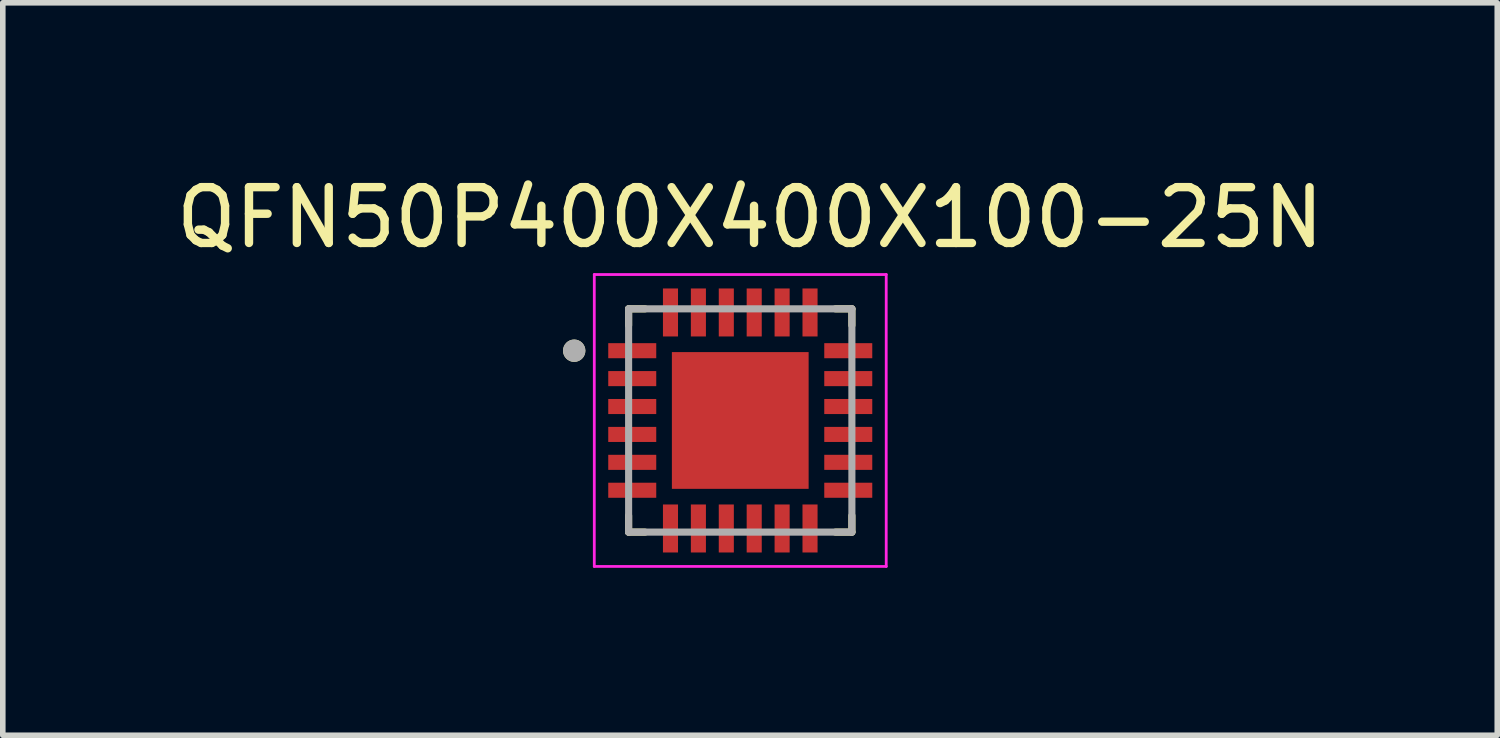
<source format=kicad_pcb>
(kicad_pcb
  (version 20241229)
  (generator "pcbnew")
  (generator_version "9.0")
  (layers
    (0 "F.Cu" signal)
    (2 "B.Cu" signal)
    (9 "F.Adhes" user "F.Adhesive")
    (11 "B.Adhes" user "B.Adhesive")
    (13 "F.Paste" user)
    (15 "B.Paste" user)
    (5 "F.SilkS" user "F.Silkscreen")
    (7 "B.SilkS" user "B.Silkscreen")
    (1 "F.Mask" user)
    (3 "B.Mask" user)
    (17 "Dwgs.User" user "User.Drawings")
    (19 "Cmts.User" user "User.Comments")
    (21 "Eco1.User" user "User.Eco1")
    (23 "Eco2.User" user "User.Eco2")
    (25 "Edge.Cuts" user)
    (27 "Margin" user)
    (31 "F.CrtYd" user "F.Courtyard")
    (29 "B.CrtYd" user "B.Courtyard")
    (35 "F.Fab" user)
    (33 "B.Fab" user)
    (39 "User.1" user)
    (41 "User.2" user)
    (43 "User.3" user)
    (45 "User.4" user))
  (footprint "QFN50P400X400X100-25N"
    (layer "F.Cu")
    (at 10.212 4.483)
    (property "Reference" "QFN50P400X400X100-25N" (at 0.175 -3.635 0) (layer "F.SilkS") (effects (font (size 1 1) (thickness 0.15))))
    (attr through_hole)
    (fp_line (start -2 -2) (end -2 -1.705) (stroke (width 0.127) (type solid)) (layer "F.SilkS"))
    (fp_line (start -2 -2) (end -1.705 -2) (stroke (width 0.127) (type solid)) (layer "F.SilkS"))
    (fp_line (start -2 2) (end -2 1.705) (stroke (width 0.127) (type solid)) (layer "F.SilkS"))
    (fp_line (start -2 2) (end -1.705 2) (stroke (width 0.127) (type solid)) (layer "F.SilkS"))
    (fp_line (start 2 -2) (end 1.705 -2) (stroke (width 0.127) (type solid)) (layer "F.SilkS"))
    (fp_line (start 2 -2) (end 2 -1.705) (stroke (width 0.127) (type solid)) (layer "F.SilkS"))
    (fp_line (start 2 2) (end 1.705 2) (stroke (width 0.127) (type solid)) (layer "F.SilkS"))
    (fp_line (start 2 2) (end 2 1.705) (stroke (width 0.127) (type solid)) (layer "F.SilkS"))
    (fp_circle (center -2.975 -1.25) (end -2.875 -1.25) (stroke (width 0.2) (type solid)) (fill no) (layer "F.SilkS"))
    (fp_poly (pts (xy -0.775 -0.775) (xy 0.775 -0.775) (xy 0.775 0.775) (xy -0.775 0.775)) (stroke (width 0.01) (type solid)) (fill yes) (layer "F.Paste"))
    (fp_line (start -2.615 -2.615) (end 2.615 -2.615) (stroke (width 0.05) (type solid)) (layer "F.CrtYd"))
    (fp_line (start -2.615 2.615) (end -2.615 -2.615) (stroke (width 0.05) (type solid)) (layer "F.CrtYd"))
    (fp_line (start -2.615 2.615) (end 2.615 2.615) (stroke (width 0.05) (type solid)) (layer "F.CrtYd"))
    (fp_line (start 2.615 2.615) (end 2.615 -2.615) (stroke (width 0.05) (type solid)) (layer "F.CrtYd"))
    (fp_line (start -2 2) (end -2 -2) (stroke (width 0.127) (type solid)) (layer "F.Fab"))
    (fp_line (start 2 -2) (end -2 -2) (stroke (width 0.127) (type solid)) (layer "F.Fab"))
    (fp_line (start 2 2) (end -2 2) (stroke (width 0.127) (type solid)) (layer "F.Fab"))
    (fp_line (start 2 2) (end 2 -2) (stroke (width 0.127) (type solid)) (layer "F.Fab"))
    (fp_circle (center -2.975 -1.25) (end -2.875 -1.25) (stroke (width 0.2) (type solid)) (fill no) (layer "F.Fab"))
    (pad "1" smd rect (at -1.935 -1.25) (size 0.86 0.27) (layers "F.Cu" "F.Mask" "F.Paste"))
    (pad "2" smd rect (at -1.935 -0.75) (size 0.86 0.27) (layers "F.Cu" "F.Mask" "F.Paste"))
    (pad "3" smd rect (at -1.935 -0.25) (size 0.86 0.27) (layers "F.Cu" "F.Mask" "F.Paste"))
    (pad "4" smd rect (at -1.935 0.25) (size 0.86 0.27) (layers "F.Cu" "F.Mask" "F.Paste"))
    (pad "5" smd rect (at -1.935 0.75) (size 0.86 0.27) (layers "F.Cu" "F.Mask" "F.Paste"))
    (pad "6" smd rect (at -1.935 1.25) (size 0.86 0.27) (layers "F.Cu" "F.Mask" "F.Paste"))
    (pad "7" smd rect (at -1.25 1.935) (size 0.27 0.86) (layers "F.Cu" "F.Mask" "F.Paste"))
    (pad "8" smd rect (at -0.75 1.935) (size 0.27 0.86) (layers "F.Cu" "F.Mask" "F.Paste"))
    (pad "9" smd rect (at -0.25 1.935) (size 0.27 0.86) (layers "F.Cu" "F.Mask" "F.Paste"))
    (pad "10" smd rect (at 0.25 1.935) (size 0.27 0.86) (layers "F.Cu" "F.Mask" "F.Paste"))
    (pad "11" smd rect (at 0.75 1.935) (size 0.27 0.86) (layers "F.Cu" "F.Mask" "F.Paste"))
    (pad "12" smd rect (at 1.25 1.935) (size 0.27 0.86) (layers "F.Cu" "F.Mask" "F.Paste"))
    (pad "13" smd rect (at 1.935 1.25) (size 0.86 0.27) (layers "F.Cu" "F.Mask" "F.Paste"))
    (pad "14" smd rect (at 1.935 0.75) (size 0.86 0.27) (layers "F.Cu" "F.Mask" "F.Paste"))
    (pad "15" smd rect (at 1.935 0.25) (size 0.86 0.27) (layers "F.Cu" "F.Mask" "F.Paste"))
    (pad "16" smd rect (at 1.935 -0.25) (size 0.86 0.27) (layers "F.Cu" "F.Mask" "F.Paste"))
    (pad "17" smd rect (at 1.935 -0.75) (size 0.86 0.27) (layers "F.Cu" "F.Mask" "F.Paste"))
    (pad "18" smd rect (at 1.935 -1.25) (size 0.86 0.27) (layers "F.Cu" "F.Mask" "F.Paste"))
    (pad "19" smd rect (at 1.25 -1.935) (size 0.27 0.86) (layers "F.Cu" "F.Mask" "F.Paste"))
    (pad "20" smd rect (at 0.75 -1.935) (size 0.27 0.86) (layers "F.Cu" "F.Mask" "F.Paste"))
    (pad "21" smd rect (at 0.25 -1.935) (size 0.27 0.86) (layers "F.Cu" "F.Mask" "F.Paste"))
    (pad "22" smd rect (at -0.25 -1.935) (size 0.27 0.86) (layers "F.Cu" "F.Mask" "F.Paste"))
    (pad "23" smd rect (at -0.75 -1.935) (size 0.27 0.86) (layers "F.Cu" "F.Mask" "F.Paste"))
    (pad "24" smd rect (at -1.25 -1.935) (size 0.27 0.86) (layers "F.Cu" "F.Mask" "F.Paste"))
    (pad "25" smd rect (at 0 0) (size 2.45 2.45) (layers "F.Cu" "F.Mask")))
  (gr_rect
    (start -3 -3)
    (end 23.774 10.123)
    (stroke (width 0.1) (type default))
    (fill no)
    (layer "Edge.Cuts")))
</source>
